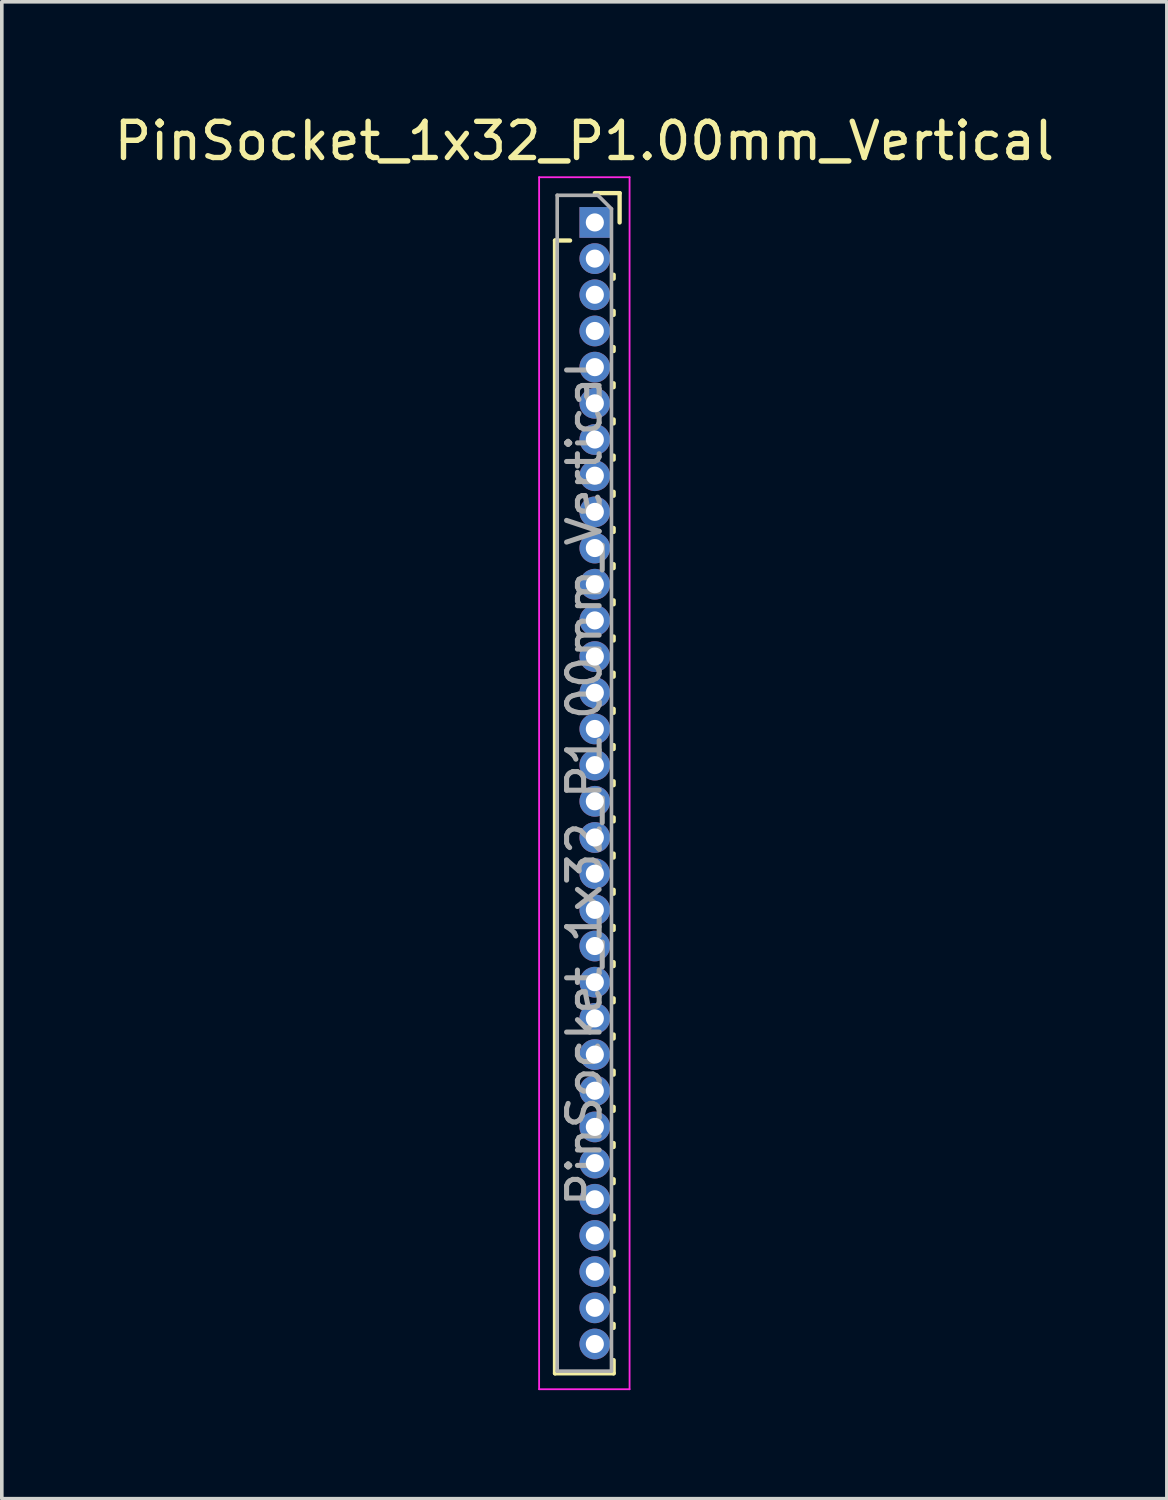
<source format=kicad_pcb>
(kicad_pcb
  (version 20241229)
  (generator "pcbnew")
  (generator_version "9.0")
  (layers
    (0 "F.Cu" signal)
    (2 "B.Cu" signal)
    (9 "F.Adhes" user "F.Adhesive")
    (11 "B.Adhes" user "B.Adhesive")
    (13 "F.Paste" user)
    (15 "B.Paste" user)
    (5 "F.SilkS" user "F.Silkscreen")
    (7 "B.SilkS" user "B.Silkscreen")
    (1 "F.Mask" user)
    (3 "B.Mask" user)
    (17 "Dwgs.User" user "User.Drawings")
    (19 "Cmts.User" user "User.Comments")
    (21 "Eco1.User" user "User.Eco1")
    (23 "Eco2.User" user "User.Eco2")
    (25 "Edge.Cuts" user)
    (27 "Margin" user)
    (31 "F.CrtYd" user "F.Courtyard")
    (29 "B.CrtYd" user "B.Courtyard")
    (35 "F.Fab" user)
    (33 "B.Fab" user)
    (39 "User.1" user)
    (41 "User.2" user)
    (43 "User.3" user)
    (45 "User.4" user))
  (footprint "PinSocket_1x32_P1.00mm_Vertical"
    (layer "F.Cu")
    (at 13.391 3.098)
    (property "Reference" "PinSocket_1x32_P1.00mm_Vertical" (at -0.29 -2.25 0) (layer "F.SilkS") (effects (font (size 1 1) (thickness 0.15))))
    (attr through_hole)
    (fp_line (start -1.1 0.5) (end -1.1 31.81) (stroke (width 0.12) (type solid)) (layer "F.SilkS"))
    (fp_line (start -1.1 0.5) (end -0.685 0.5) (stroke (width 0.12) (type solid)) (layer "F.SilkS"))
    (fp_line (start -1.1 31.81) (end 0.52 31.81) (stroke (width 0.12) (type solid)) (layer "F.SilkS"))
    (fp_line (start 0 -0.81) (end 0.685 -0.81) (stroke (width 0.12) (type solid)) (layer "F.SilkS"))
    (fp_line (start 0.52 1.446) (end 0.52 1.554) (stroke (width 0.12) (type solid)) (layer "F.SilkS"))
    (fp_line (start 0.52 2.446) (end 0.52 2.554) (stroke (width 0.12) (type solid)) (layer "F.SilkS"))
    (fp_line (start 0.52 3.446) (end 0.52 3.554) (stroke (width 0.12) (type solid)) (layer "F.SilkS"))
    (fp_line (start 0.52 4.446) (end 0.52 4.554) (stroke (width 0.12) (type solid)) (layer "F.SilkS"))
    (fp_line (start 0.52 5.446) (end 0.52 5.554) (stroke (width 0.12) (type solid)) (layer "F.SilkS"))
    (fp_line (start 0.52 6.446) (end 0.52 6.554) (stroke (width 0.12) (type solid)) (layer "F.SilkS"))
    (fp_line (start 0.52 7.446) (end 0.52 7.554) (stroke (width 0.12) (type solid)) (layer "F.SilkS"))
    (fp_line (start 0.52 8.446) (end 0.52 8.554) (stroke (width 0.12) (type solid)) (layer "F.SilkS"))
    (fp_line (start 0.52 9.446) (end 0.52 9.554) (stroke (width 0.12) (type solid)) (layer "F.SilkS"))
    (fp_line (start 0.52 10.446) (end 0.52 10.554) (stroke (width 0.12) (type solid)) (layer "F.SilkS"))
    (fp_line (start 0.52 11.446) (end 0.52 11.554) (stroke (width 0.12) (type solid)) (layer "F.SilkS"))
    (fp_line (start 0.52 12.446) (end 0.52 12.554) (stroke (width 0.12) (type solid)) (layer "F.SilkS"))
    (fp_line (start 0.52 13.446) (end 0.52 13.554) (stroke (width 0.12) (type solid)) (layer "F.SilkS"))
    (fp_line (start 0.52 14.446) (end 0.52 14.554) (stroke (width 0.12) (type solid)) (layer "F.SilkS"))
    (fp_line (start 0.52 15.446) (end 0.52 15.554) (stroke (width 0.12) (type solid)) (layer "F.SilkS"))
    (fp_line (start 0.52 16.446) (end 0.52 16.554) (stroke (width 0.12) (type solid)) (layer "F.SilkS"))
    (fp_line (start 0.52 17.446) (end 0.52 17.554) (stroke (width 0.12) (type solid)) (layer "F.SilkS"))
    (fp_line (start 0.52 18.446) (end 0.52 18.554) (stroke (width 0.12) (type solid)) (layer "F.SilkS"))
    (fp_line (start 0.52 19.446) (end 0.52 19.554) (stroke (width 0.12) (type solid)) (layer "F.SilkS"))
    (fp_line (start 0.52 20.446) (end 0.52 20.554) (stroke (width 0.12) (type solid)) (layer "F.SilkS"))
    (fp_line (start 0.52 21.446) (end 0.52 21.554) (stroke (width 0.12) (type solid)) (layer "F.SilkS"))
    (fp_line (start 0.52 22.446) (end 0.52 22.554) (stroke (width 0.12) (type solid)) (layer "F.SilkS"))
    (fp_line (start 0.52 23.446) (end 0.52 23.554) (stroke (width 0.12) (type solid)) (layer "F.SilkS"))
    (fp_line (start 0.52 24.446) (end 0.52 24.554) (stroke (width 0.12) (type solid)) (layer "F.SilkS"))
    (fp_line (start 0.52 25.446) (end 0.52 25.554) (stroke (width 0.12) (type solid)) (layer "F.SilkS"))
    (fp_line (start 0.52 26.446) (end 0.52 26.554) (stroke (width 0.12) (type solid)) (layer "F.SilkS"))
    (fp_line (start 0.52 27.446) (end 0.52 27.554) (stroke (width 0.12) (type solid)) (layer "F.SilkS"))
    (fp_line (start 0.52 28.446) (end 0.52 28.554) (stroke (width 0.12) (type solid)) (layer "F.SilkS"))
    (fp_line (start 0.52 29.446) (end 0.52 29.554) (stroke (width 0.12) (type solid)) (layer "F.SilkS"))
    (fp_line (start 0.52 30.446) (end 0.52 30.554) (stroke (width 0.12) (type solid)) (layer "F.SilkS"))
    (fp_line (start 0.52 31.446) (end 0.52 31.81) (stroke (width 0.12) (type solid)) (layer "F.SilkS"))
    (fp_line (start 0.685 -0.81) (end 0.685 0) (stroke (width 0.12) (type solid)) (layer "F.SilkS"))
    (fp_line (start -1.54 -1.25) (end 0.96 -1.25) (stroke (width 0.05) (type solid)) (layer "F.CrtYd"))
    (fp_line (start -1.54 32.25) (end -1.54 -1.25) (stroke (width 0.05) (type solid)) (layer "F.CrtYd"))
    (fp_line (start 0.96 -1.25) (end 0.96 32.25) (stroke (width 0.05) (type solid)) (layer "F.CrtYd"))
    (fp_line (start 0.96 32.25) (end -1.54 32.25) (stroke (width 0.05) (type solid)) (layer "F.CrtYd"))
    (fp_line (start -1.04 -0.75) (end 0.085 -0.75) (stroke (width 0.1) (type solid)) (layer "F.Fab"))
    (fp_line (start -1.04 31.75) (end -1.04 -0.75) (stroke (width 0.1) (type solid)) (layer "F.Fab"))
    (fp_line (start 0.085 -0.75) (end 0.46 -0.375) (stroke (width 0.1) (type solid)) (layer "F.Fab"))
    (fp_line (start 0.46 -0.375) (end 0.46 31.75) (stroke (width 0.1) (type solid)) (layer "F.Fab"))
    (fp_line (start 0.46 31.75) (end -1.04 31.75) (stroke (width 0.1) (type solid)) (layer "F.Fab"))
    (fp_text user "${REFERENCE}" (at -0.29 15.5 90) (layer "F.Fab") (effects (font (size 0.9 0.9) (thickness 0.14))))
    (pad "1" thru_hole rect (at 0 0) (size 0.85 0.85) (drill 0.5) (layers "*.Cu" "*.Mask"))
    (pad "2" thru_hole circle (at 0 1) (size 0.85 0.85) (drill 0.5) (layers "*.Cu" "*.Mask"))
    (pad "3" thru_hole circle (at 0 2) (size 0.85 0.85) (drill 0.5) (layers "*.Cu" "*.Mask"))
    (pad "4" thru_hole circle (at 0 3) (size 0.85 0.85) (drill 0.5) (layers "*.Cu" "*.Mask"))
    (pad "5" thru_hole circle (at 0 4) (size 0.85 0.85) (drill 0.5) (layers "*.Cu" "*.Mask"))
    (pad "6" thru_hole circle (at 0 5) (size 0.85 0.85) (drill 0.5) (layers "*.Cu" "*.Mask"))
    (pad "7" thru_hole circle (at 0 6) (size 0.85 0.85) (drill 0.5) (layers "*.Cu" "*.Mask"))
    (pad "8" thru_hole circle (at 0 7) (size 0.85 0.85) (drill 0.5) (layers "*.Cu" "*.Mask"))
    (pad "9" thru_hole circle (at 0 8) (size 0.85 0.85) (drill 0.5) (layers "*.Cu" "*.Mask"))
    (pad "10" thru_hole circle (at 0 9) (size 0.85 0.85) (drill 0.5) (layers "*.Cu" "*.Mask"))
    (pad "11" thru_hole circle (at 0 10) (size 0.85 0.85) (drill 0.5) (layers "*.Cu" "*.Mask"))
    (pad "12" thru_hole circle (at 0 11) (size 0.85 0.85) (drill 0.5) (layers "*.Cu" "*.Mask"))
    (pad "13" thru_hole circle (at 0 12) (size 0.85 0.85) (drill 0.5) (layers "*.Cu" "*.Mask"))
    (pad "14" thru_hole circle (at 0 13) (size 0.85 0.85) (drill 0.5) (layers "*.Cu" "*.Mask"))
    (pad "15" thru_hole circle (at 0 14) (size 0.85 0.85) (drill 0.5) (layers "*.Cu" "*.Mask"))
    (pad "16" thru_hole circle (at 0 15) (size 0.85 0.85) (drill 0.5) (layers "*.Cu" "*.Mask"))
    (pad "17" thru_hole circle (at 0 16) (size 0.85 0.85) (drill 0.5) (layers "*.Cu" "*.Mask"))
    (pad "18" thru_hole circle (at 0 17) (size 0.85 0.85) (drill 0.5) (layers "*.Cu" "*.Mask"))
    (pad "19" thru_hole circle (at 0 18) (size 0.85 0.85) (drill 0.5) (layers "*.Cu" "*.Mask"))
    (pad "20" thru_hole circle (at 0 19) (size 0.85 0.85) (drill 0.5) (layers "*.Cu" "*.Mask"))
    (pad "21" thru_hole circle (at 0 20) (size 0.85 0.85) (drill 0.5) (layers "*.Cu" "*.Mask"))
    (pad "22" thru_hole circle (at 0 21) (size 0.85 0.85) (drill 0.5) (layers "*.Cu" "*.Mask"))
    (pad "23" thru_hole circle (at 0 22) (size 0.85 0.85) (drill 0.5) (layers "*.Cu" "*.Mask"))
    (pad "24" thru_hole circle (at 0 23) (size 0.85 0.85) (drill 0.5) (layers "*.Cu" "*.Mask"))
    (pad "25" thru_hole circle (at 0 24) (size 0.85 0.85) (drill 0.5) (layers "*.Cu" "*.Mask"))
    (pad "26" thru_hole circle (at 0 25) (size 0.85 0.85) (drill 0.5) (layers "*.Cu" "*.Mask"))
    (pad "27" thru_hole circle (at 0 26) (size 0.85 0.85) (drill 0.5) (layers "*.Cu" "*.Mask"))
    (pad "28" thru_hole circle (at 0 27) (size 0.85 0.85) (drill 0.5) (layers "*.Cu" "*.Mask"))
    (pad "29" thru_hole circle (at 0 28) (size 0.85 0.85) (drill 0.5) (layers "*.Cu" "*.Mask"))
    (pad "30" thru_hole circle (at 0 29) (size 0.85 0.85) (drill 0.5) (layers "*.Cu" "*.Mask"))
    (pad "31" thru_hole circle (at 0 30) (size 0.85 0.85) (drill 0.5) (layers "*.Cu" "*.Mask"))
    (pad "32" thru_hole circle (at 0 31) (size 0.85 0.85) (drill 0.5) (layers "*.Cu" "*.Mask")))
  (gr_rect
    (start -3 -3)
    (end 29.202 38.373)
    (stroke (width 0.1) (type default))
    (fill no)
    (layer "Edge.Cuts")))
</source>
